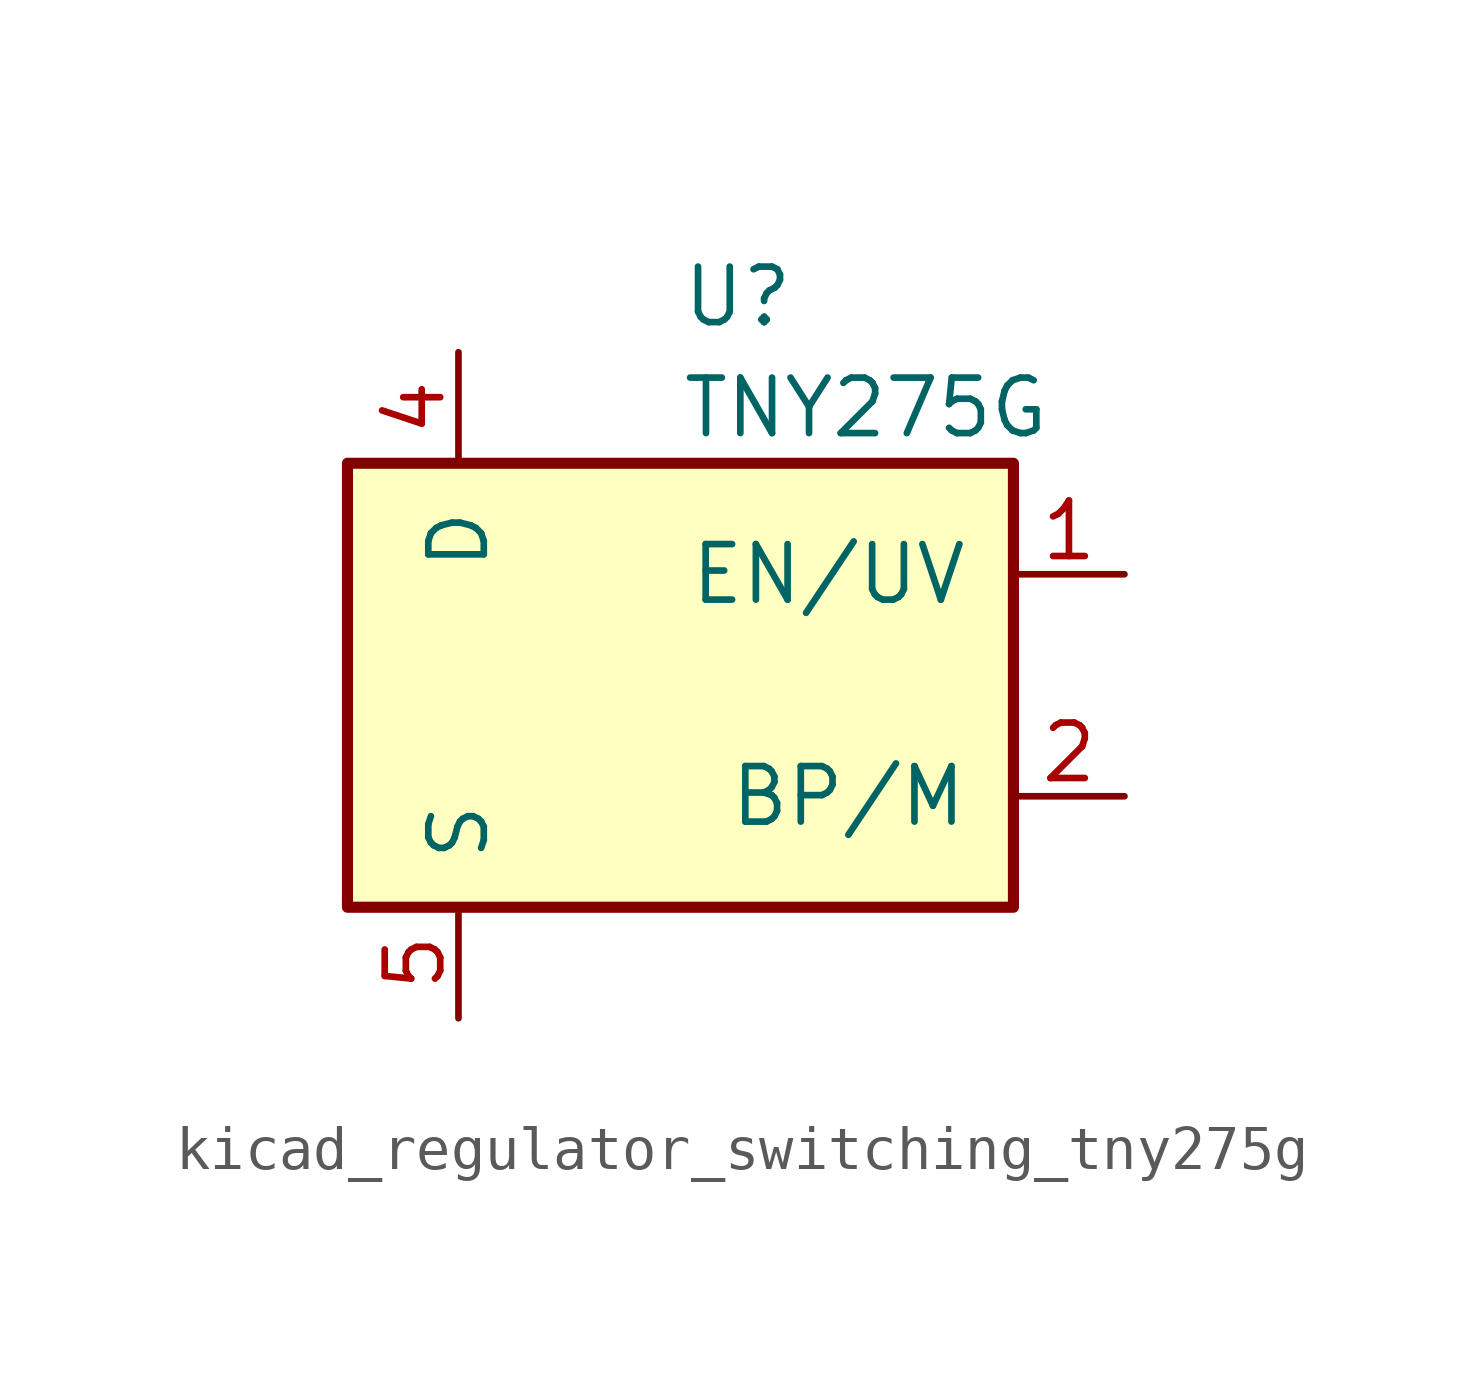
<source format=kicad_sym>
(kicad_symbol_lib
  (version 20220914)
  (generator kicad_symbol_editor)
  (symbol "kicad_regulator_switching_tny275g"
    (pin_names
      (offset 1.016))
    (property "Reference" "U"
      (at 0 8.89 0)
      (effects (font (size 1.27 1.27)) (justify left)))
    (property "Value" "TNY275G"
      (at 0 6.35 0)
      (effects (font (size 1.27 1.27)) (justify left)))
    (symbol "kicad_regulator_switching_tny275g_0_1"
      (rectangle (start -7.62 5.08) (end 7.62 -5.08) (stroke (width 0.254) (type default)) (fill (type background))))
    (symbol "kicad_regulator_switching_tny275g_1_1"
      (pin input line (at 10.16 2.54 180) (length 2.54) (name "EN/UV" (effects (font (size 1.27 1.27)))) (number "1" (effects (font (size 1.27 1.27)))))
      (pin input line (at 10.16 -2.54 180) (length 2.54) (name "BP/M" (effects (font (size 1.27 1.27)))) (number "2" (effects (font (size 1.27 1.27)))))
      (pin open_collector line (at -5.08 7.62 270) (length 2.54) (name "D" (effects (font (size 1.27 1.27)))) (number "4" (effects (font (size 1.27 1.27)))))
      (pin power_in line (at -5.08 -7.62 90) (length 2.54) (name "S" (effects (font (size 1.27 1.27)))) (number "5" (effects (font (size 1.27 1.27)))))
      (pin passive line (at -5.08 -7.62 90) (length 2.54) hide (name "S" (effects (font (size 1.27 1.27)))) (number "6" (effects (font (size 1.27 1.27)))))
      (pin passive line (at -5.08 -7.62 90) (length 2.54) hide (name "S" (effects (font (size 1.27 1.27)))) (number "7" (effects (font (size 1.27 1.27)))))
      (pin passive line (at -5.08 -7.62 90) (length 2.54) hide (name "S" (effects (font (size 1.27 1.27)))) (number "8" (effects (font (size 1.27 1.27))))))))
</source>
